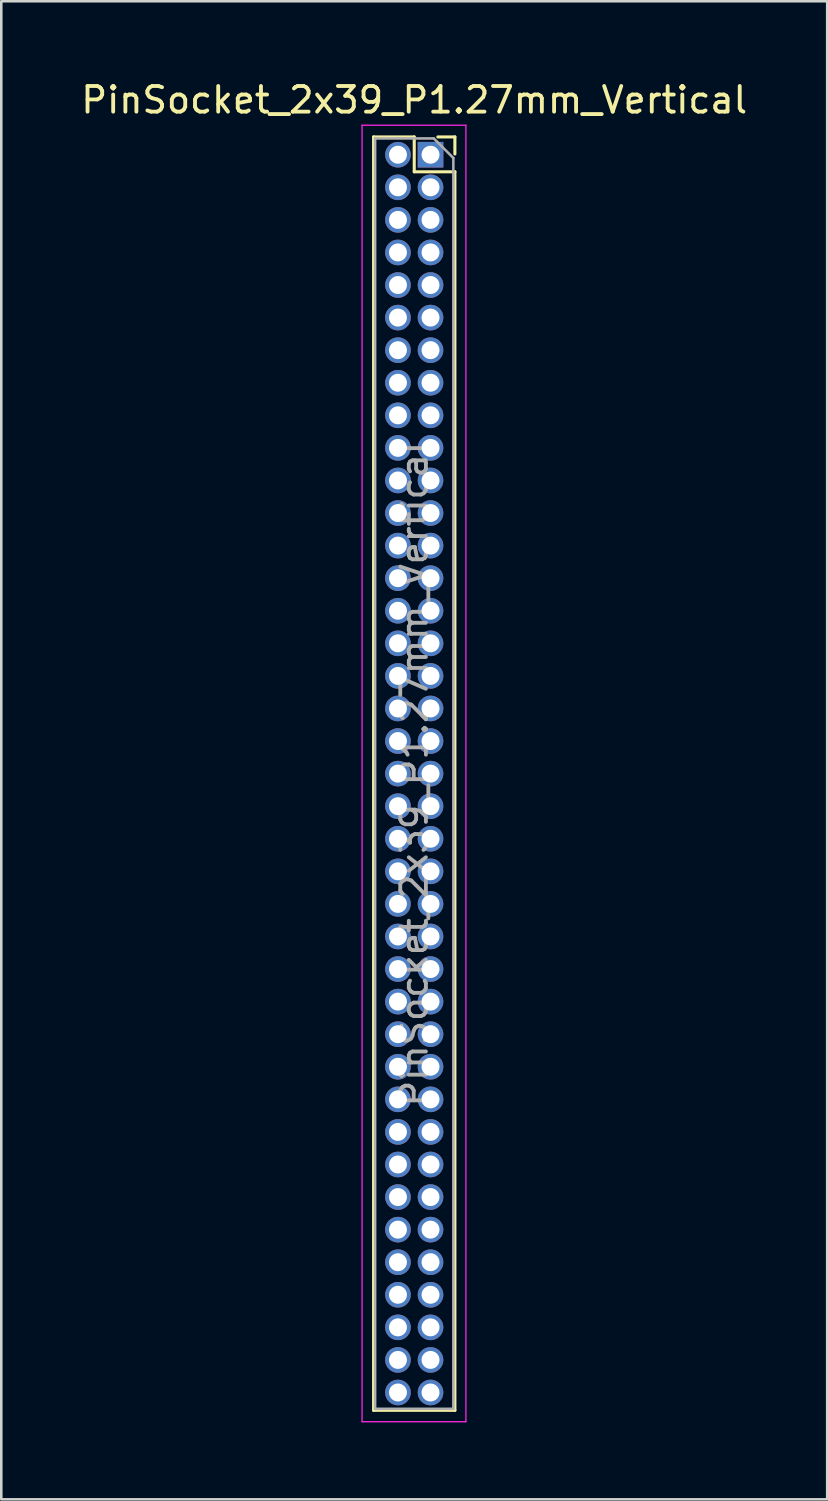
<source format=kicad_pcb>
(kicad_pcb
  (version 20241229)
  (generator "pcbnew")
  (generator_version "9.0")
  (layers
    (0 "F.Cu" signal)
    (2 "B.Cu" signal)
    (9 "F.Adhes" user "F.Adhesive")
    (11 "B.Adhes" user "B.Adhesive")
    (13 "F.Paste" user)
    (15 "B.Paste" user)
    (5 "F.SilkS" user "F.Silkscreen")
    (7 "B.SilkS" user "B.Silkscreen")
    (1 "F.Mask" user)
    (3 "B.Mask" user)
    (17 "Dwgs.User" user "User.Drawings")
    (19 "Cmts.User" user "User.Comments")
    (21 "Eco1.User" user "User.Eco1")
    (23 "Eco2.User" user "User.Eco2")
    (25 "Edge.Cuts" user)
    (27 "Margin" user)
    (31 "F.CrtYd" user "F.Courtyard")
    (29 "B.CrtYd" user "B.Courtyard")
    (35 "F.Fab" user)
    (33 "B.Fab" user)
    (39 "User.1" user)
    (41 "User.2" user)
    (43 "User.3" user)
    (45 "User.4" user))
  (footprint "PinSocket_2x39_P1.27mm_Vertical"
    (layer "F.Cu")
    (at 13.736 2.983)
    (property "Reference" "PinSocket_2x39_P1.27mm_Vertical" (at -0.635 -2.135 0) (layer "F.SilkS") (effects (font (size 1 1) (thickness 0.15))))
    (attr through_hole)
    (fp_line (start -2.22 -0.695) (end -2.22 48.955) (stroke (width 0.12) (type solid)) (layer "F.SilkS"))
    (fp_line (start -2.22 48.955) (end 0.95 48.955) (stroke (width 0.12) (type solid)) (layer "F.SilkS"))
    (fp_line (start -0.635 -0.695) (end -2.22 -0.695) (stroke (width 0.12) (type solid)) (layer "F.SilkS"))
    (fp_line (start -0.635 0.665) (end -0.635 -0.695) (stroke (width 0.12) (type solid)) (layer "F.SilkS"))
    (fp_line (start 0.95 -0.695) (end 0.285 -0.695) (stroke (width 0.12) (type solid)) (layer "F.SilkS"))
    (fp_line (start 0.95 -0.03) (end 0.95 -0.695) (stroke (width 0.12) (type solid)) (layer "F.SilkS"))
    (fp_line (start 0.95 0.665) (end -0.635 0.665) (stroke (width 0.12) (type solid)) (layer "F.SilkS"))
    (fp_line (start 0.95 48.955) (end 0.95 0.665) (stroke (width 0.12) (type solid)) (layer "F.SilkS"))
    (fp_line (start -2.67 -1.15) (end 1.38 -1.15) (stroke (width 0.05) (type solid)) (layer "F.CrtYd"))
    (fp_line (start -2.67 49.4) (end -2.67 -1.15) (stroke (width 0.05) (type solid)) (layer "F.CrtYd"))
    (fp_line (start 1.38 -1.15) (end 1.38 49.4) (stroke (width 0.05) (type solid)) (layer "F.CrtYd"))
    (fp_line (start 1.38 49.4) (end -2.67 49.4) (stroke (width 0.05) (type solid)) (layer "F.CrtYd"))
    (fp_line (start -2.16 -0.635) (end 0.128 -0.635) (stroke (width 0.1) (type solid)) (layer "F.Fab"))
    (fp_line (start -2.16 48.895) (end -2.16 -0.635) (stroke (width 0.1) (type solid)) (layer "F.Fab"))
    (fp_line (start 0.128 -0.635) (end 0.89 0.128) (stroke (width 0.1) (type solid)) (layer "F.Fab"))
    (fp_line (start 0.89 0.128) (end 0.89 48.895) (stroke (width 0.1) (type solid)) (layer "F.Fab"))
    (fp_line (start 0.89 48.895) (end -2.16 48.895) (stroke (width 0.1) (type solid)) (layer "F.Fab"))
    (fp_text user "${REFERENCE}" (at -0.635 24.13 90) (layer "F.Fab") (effects (font (size 1 1) (thickness 0.15))))
    (pad "1" thru_hole rect (at 0 0) (size 1 1) (drill 0.7) (layers "*.Cu" "*.Mask"))
    (pad "2" thru_hole oval (at -1.27 0) (size 1 1) (drill 0.7) (layers "*.Cu" "*.Mask"))
    (pad "3" thru_hole oval (at 0 1.27) (size 1 1) (drill 0.7) (layers "*.Cu" "*.Mask"))
    (pad "4" thru_hole oval (at -1.27 1.27) (size 1 1) (drill 0.7) (layers "*.Cu" "*.Mask"))
    (pad "5" thru_hole oval (at 0 2.54) (size 1 1) (drill 0.7) (layers "*.Cu" "*.Mask"))
    (pad "6" thru_hole oval (at -1.27 2.54) (size 1 1) (drill 0.7) (layers "*.Cu" "*.Mask"))
    (pad "7" thru_hole oval (at 0 3.81) (size 1 1) (drill 0.7) (layers "*.Cu" "*.Mask"))
    (pad "8" thru_hole oval (at -1.27 3.81) (size 1 1) (drill 0.7) (layers "*.Cu" "*.Mask"))
    (pad "9" thru_hole oval (at 0 5.08) (size 1 1) (drill 0.7) (layers "*.Cu" "*.Mask"))
    (pad "10" thru_hole oval (at -1.27 5.08) (size 1 1) (drill 0.7) (layers "*.Cu" "*.Mask"))
    (pad "11" thru_hole oval (at 0 6.35) (size 1 1) (drill 0.7) (layers "*.Cu" "*.Mask"))
    (pad "12" thru_hole oval (at -1.27 6.35) (size 1 1) (drill 0.7) (layers "*.Cu" "*.Mask"))
    (pad "13" thru_hole oval (at 0 7.62) (size 1 1) (drill 0.7) (layers "*.Cu" "*.Mask"))
    (pad "14" thru_hole oval (at -1.27 7.62) (size 1 1) (drill 0.7) (layers "*.Cu" "*.Mask"))
    (pad "15" thru_hole oval (at 0 8.89) (size 1 1) (drill 0.7) (layers "*.Cu" "*.Mask"))
    (pad "16" thru_hole oval (at -1.27 8.89) (size 1 1) (drill 0.7) (layers "*.Cu" "*.Mask"))
    (pad "17" thru_hole oval (at 0 10.16) (size 1 1) (drill 0.7) (layers "*.Cu" "*.Mask"))
    (pad "18" thru_hole oval (at -1.27 10.16) (size 1 1) (drill 0.7) (layers "*.Cu" "*.Mask"))
    (pad "19" thru_hole oval (at 0 11.43) (size 1 1) (drill 0.7) (layers "*.Cu" "*.Mask"))
    (pad "20" thru_hole oval (at -1.27 11.43) (size 1 1) (drill 0.7) (layers "*.Cu" "*.Mask"))
    (pad "21" thru_hole oval (at 0 12.7) (size 1 1) (drill 0.7) (layers "*.Cu" "*.Mask"))
    (pad "22" thru_hole oval (at -1.27 12.7) (size 1 1) (drill 0.7) (layers "*.Cu" "*.Mask"))
    (pad "23" thru_hole oval (at 0 13.97) (size 1 1) (drill 0.7) (layers "*.Cu" "*.Mask"))
    (pad "24" thru_hole oval (at -1.27 13.97) (size 1 1) (drill 0.7) (layers "*.Cu" "*.Mask"))
    (pad "25" thru_hole oval (at 0 15.24) (size 1 1) (drill 0.7) (layers "*.Cu" "*.Mask"))
    (pad "26" thru_hole oval (at -1.27 15.24) (size 1 1) (drill 0.7) (layers "*.Cu" "*.Mask"))
    (pad "27" thru_hole oval (at 0 16.51) (size 1 1) (drill 0.7) (layers "*.Cu" "*.Mask"))
    (pad "28" thru_hole oval (at -1.27 16.51) (size 1 1) (drill 0.7) (layers "*.Cu" "*.Mask"))
    (pad "29" thru_hole oval (at 0 17.78) (size 1 1) (drill 0.7) (layers "*.Cu" "*.Mask"))
    (pad "30" thru_hole oval (at -1.27 17.78) (size 1 1) (drill 0.7) (layers "*.Cu" "*.Mask"))
    (pad "31" thru_hole oval (at 0 19.05) (size 1 1) (drill 0.7) (layers "*.Cu" "*.Mask"))
    (pad "32" thru_hole oval (at -1.27 19.05) (size 1 1) (drill 0.7) (layers "*.Cu" "*.Mask"))
    (pad "33" thru_hole oval (at 0 20.32) (size 1 1) (drill 0.7) (layers "*.Cu" "*.Mask"))
    (pad "34" thru_hole oval (at -1.27 20.32) (size 1 1) (drill 0.7) (layers "*.Cu" "*.Mask"))
    (pad "35" thru_hole oval (at 0 21.59) (size 1 1) (drill 0.7) (layers "*.Cu" "*.Mask"))
    (pad "36" thru_hole oval (at -1.27 21.59) (size 1 1) (drill 0.7) (layers "*.Cu" "*.Mask"))
    (pad "37" thru_hole oval (at 0 22.86) (size 1 1) (drill 0.7) (layers "*.Cu" "*.Mask"))
    (pad "38" thru_hole oval (at -1.27 22.86) (size 1 1) (drill 0.7) (layers "*.Cu" "*.Mask"))
    (pad "39" thru_hole oval (at 0 24.13) (size 1 1) (drill 0.7) (layers "*.Cu" "*.Mask"))
    (pad "40" thru_hole oval (at -1.27 24.13) (size 1 1) (drill 0.7) (layers "*.Cu" "*.Mask"))
    (pad "41" thru_hole oval (at 0 25.4) (size 1 1) (drill 0.7) (layers "*.Cu" "*.Mask"))
    (pad "42" thru_hole oval (at -1.27 25.4) (size 1 1) (drill 0.7) (layers "*.Cu" "*.Mask"))
    (pad "43" thru_hole oval (at 0 26.67) (size 1 1) (drill 0.7) (layers "*.Cu" "*.Mask"))
    (pad "44" thru_hole oval (at -1.27 26.67) (size 1 1) (drill 0.7) (layers "*.Cu" "*.Mask"))
    (pad "45" thru_hole oval (at 0 27.94) (size 1 1) (drill 0.7) (layers "*.Cu" "*.Mask"))
    (pad "46" thru_hole oval (at -1.27 27.94) (size 1 1) (drill 0.7) (layers "*.Cu" "*.Mask"))
    (pad "47" thru_hole oval (at 0 29.21) (size 1 1) (drill 0.7) (layers "*.Cu" "*.Mask"))
    (pad "48" thru_hole oval (at -1.27 29.21) (size 1 1) (drill 0.7) (layers "*.Cu" "*.Mask"))
    (pad "49" thru_hole oval (at 0 30.48) (size 1 1) (drill 0.7) (layers "*.Cu" "*.Mask"))
    (pad "50" thru_hole oval (at -1.27 30.48) (size 1 1) (drill 0.7) (layers "*.Cu" "*.Mask"))
    (pad "51" thru_hole oval (at 0 31.75) (size 1 1) (drill 0.7) (layers "*.Cu" "*.Mask"))
    (pad "52" thru_hole oval (at -1.27 31.75) (size 1 1) (drill 0.7) (layers "*.Cu" "*.Mask"))
    (pad "53" thru_hole oval (at 0 33.02) (size 1 1) (drill 0.7) (layers "*.Cu" "*.Mask"))
    (pad "54" thru_hole oval (at -1.27 33.02) (size 1 1) (drill 0.7) (layers "*.Cu" "*.Mask"))
    (pad "55" thru_hole oval (at 0 34.29) (size 1 1) (drill 0.7) (layers "*.Cu" "*.Mask"))
    (pad "56" thru_hole oval (at -1.27 34.29) (size 1 1) (drill 0.7) (layers "*.Cu" "*.Mask"))
    (pad "57" thru_hole oval (at 0 35.56) (size 1 1) (drill 0.7) (layers "*.Cu" "*.Mask"))
    (pad "58" thru_hole oval (at -1.27 35.56) (size 1 1) (drill 0.7) (layers "*.Cu" "*.Mask"))
    (pad "59" thru_hole oval (at 0 36.83) (size 1 1) (drill 0.7) (layers "*.Cu" "*.Mask"))
    (pad "60" thru_hole oval (at -1.27 36.83) (size 1 1) (drill 0.7) (layers "*.Cu" "*.Mask"))
    (pad "61" thru_hole oval (at 0 38.1) (size 1 1) (drill 0.7) (layers "*.Cu" "*.Mask"))
    (pad "62" thru_hole oval (at -1.27 38.1) (size 1 1) (drill 0.7) (layers "*.Cu" "*.Mask"))
    (pad "63" thru_hole oval (at 0 39.37) (size 1 1) (drill 0.7) (layers "*.Cu" "*.Mask"))
    (pad "64" thru_hole oval (at -1.27 39.37) (size 1 1) (drill 0.7) (layers "*.Cu" "*.Mask"))
    (pad "65" thru_hole oval (at 0 40.64) (size 1 1) (drill 0.7) (layers "*.Cu" "*.Mask"))
    (pad "66" thru_hole oval (at -1.27 40.64) (size 1 1) (drill 0.7) (layers "*.Cu" "*.Mask"))
    (pad "67" thru_hole oval (at 0 41.91) (size 1 1) (drill 0.7) (layers "*.Cu" "*.Mask"))
    (pad "68" thru_hole oval (at -1.27 41.91) (size 1 1) (drill 0.7) (layers "*.Cu" "*.Mask"))
    (pad "69" thru_hole oval (at 0 43.18) (size 1 1) (drill 0.7) (layers "*.Cu" "*.Mask"))
    (pad "70" thru_hole oval (at -1.27 43.18) (size 1 1) (drill 0.7) (layers "*.Cu" "*.Mask"))
    (pad "71" thru_hole oval (at 0 44.45) (size 1 1) (drill 0.7) (layers "*.Cu" "*.Mask"))
    (pad "72" thru_hole oval (at -1.27 44.45) (size 1 1) (drill 0.7) (layers "*.Cu" "*.Mask"))
    (pad "73" thru_hole oval (at 0 45.72) (size 1 1) (drill 0.7) (layers "*.Cu" "*.Mask"))
    (pad "74" thru_hole oval (at -1.27 45.72) (size 1 1) (drill 0.7) (layers "*.Cu" "*.Mask"))
    (pad "75" thru_hole oval (at 0 46.99) (size 1 1) (drill 0.7) (layers "*.Cu" "*.Mask"))
    (pad "76" thru_hole oval (at -1.27 46.99) (size 1 1) (drill 0.7) (layers "*.Cu" "*.Mask"))
    (pad "77" thru_hole oval (at 0 48.26) (size 1 1) (drill 0.7) (layers "*.Cu" "*.Mask"))
    (pad "78" thru_hole oval (at -1.27 48.26) (size 1 1) (drill 0.7) (layers "*.Cu" "*.Mask")))
  (gr_rect
    (start -3 -3)
    (end 29.202 55.408)
    (stroke (width 0.1) (type default))
    (fill no)
    (layer "Edge.Cuts")))
</source>
